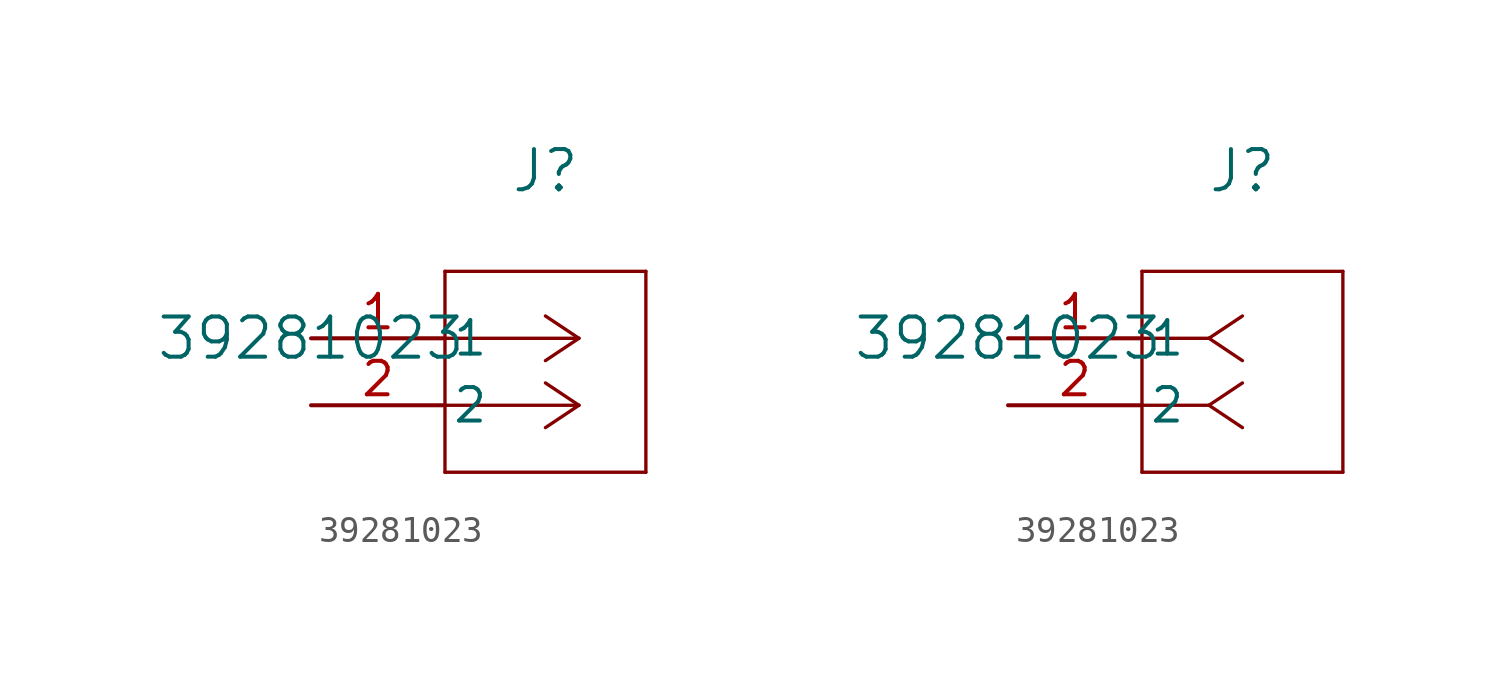
<source format=kicad_sym>
(kicad_symbol_lib
  (version 20211014)
  (generator kicad_symbol_editor)
  (symbol "39281023"
    (pin_names
      (offset 0.254))
    (property "Reference" "J"
      (at 8.89 6.35 0)
      (effects (font (size 1.524 1.524))))
    (property "Value" "39281023"
      (at 0 0 0)
      (effects (font (size 1.524 1.524))))
    (symbol "39281023_1_1"
      (polyline (pts (xy 10.16 0) (xy 5.08 0)) (stroke (width 0.127) (type default) (color 0 0 0 0)) (fill (type none)))
      (polyline (pts (xy 10.16 -2.54) (xy 5.08 -2.54)) (stroke (width 0.127) (type default) (color 0 0 0 0)) (fill (type none)))
      (polyline (pts (xy 10.16 0) (xy 8.89 0.847)) (stroke (width 0.127) (type default) (color 0 0 0 0)) (fill (type none)))
      (polyline (pts (xy 10.16 -2.54) (xy 8.89 -1.693)) (stroke (width 0.127) (type default) (color 0 0 0 0)) (fill (type none)))
      (polyline (pts (xy 10.16 0) (xy 8.89 -0.847)) (stroke (width 0.127) (type default) (color 0 0 0 0)) (fill (type none)))
      (polyline (pts (xy 10.16 -2.54) (xy 8.89 -3.387)) (stroke (width 0.127) (type default) (color 0 0 0 0)) (fill (type none)))
      (polyline (pts (xy 5.08 2.54) (xy 5.08 -5.08)) (stroke (width 0.127) (type default) (color 0 0 0 0)) (fill (type none)))
      (polyline (pts (xy 5.08 -5.08) (xy 12.7 -5.08)) (stroke (width 0.127) (type default) (color 0 0 0 0)) (fill (type none)))
      (polyline (pts (xy 12.7 -5.08) (xy 12.7 2.54)) (stroke (width 0.127) (type default) (color 0 0 0 0)) (fill (type none)))
      (polyline (pts (xy 12.7 2.54) (xy 5.08 2.54)) (stroke (width 0.127) (type default) (color 0 0 0 0)) (fill (type none)))
      (pin unspecified line (at 0 0 0) (length 5.08) (name "1" (effects (font (size 1.27 1.27)))) (number "1" (effects (font (size 1.27 1.27)))))
      (pin unspecified line (at 0 -2.54 0) (length 5.08) (name "2" (effects (font (size 1.27 1.27)))) (number "2" (effects (font (size 1.27 1.27))))))
    (symbol "39281023_1_2"
      (polyline (pts (xy 7.62 0) (xy 5.08 0)) (stroke (width 0.127) (type default) (color 0 0 0 0)) (fill (type none)))
      (polyline (pts (xy 7.62 -2.54) (xy 5.08 -2.54)) (stroke (width 0.127) (type default) (color 0 0 0 0)) (fill (type none)))
      (polyline (pts (xy 7.62 0) (xy 8.89 0.847)) (stroke (width 0.127) (type default) (color 0 0 0 0)) (fill (type none)))
      (polyline (pts (xy 7.62 -2.54) (xy 8.89 -1.693)) (stroke (width 0.127) (type default) (color 0 0 0 0)) (fill (type none)))
      (polyline (pts (xy 7.62 0) (xy 8.89 -0.847)) (stroke (width 0.127) (type default) (color 0 0 0 0)) (fill (type none)))
      (polyline (pts (xy 7.62 -2.54) (xy 8.89 -3.387)) (stroke (width 0.127) (type default) (color 0 0 0 0)) (fill (type none)))
      (polyline (pts (xy 5.08 2.54) (xy 5.08 -5.08)) (stroke (width 0.127) (type default) (color 0 0 0 0)) (fill (type none)))
      (polyline (pts (xy 5.08 -5.08) (xy 12.7 -5.08)) (stroke (width 0.127) (type default) (color 0 0 0 0)) (fill (type none)))
      (polyline (pts (xy 12.7 -5.08) (xy 12.7 2.54)) (stroke (width 0.127) (type default) (color 0 0 0 0)) (fill (type none)))
      (polyline (pts (xy 12.7 2.54) (xy 5.08 2.54)) (stroke (width 0.127) (type default) (color 0 0 0 0)) (fill (type none)))
      (pin unspecified line (at 0 0 0) (length 5.08) (name "1" (effects (font (size 1.27 1.27)))) (number "1" (effects (font (size 1.27 1.27)))))
      (pin unspecified line (at 0 -2.54 0) (length 5.08) (name "2" (effects (font (size 1.27 1.27)))) (number "2" (effects (font (size 1.27 1.27))))))))
</source>
